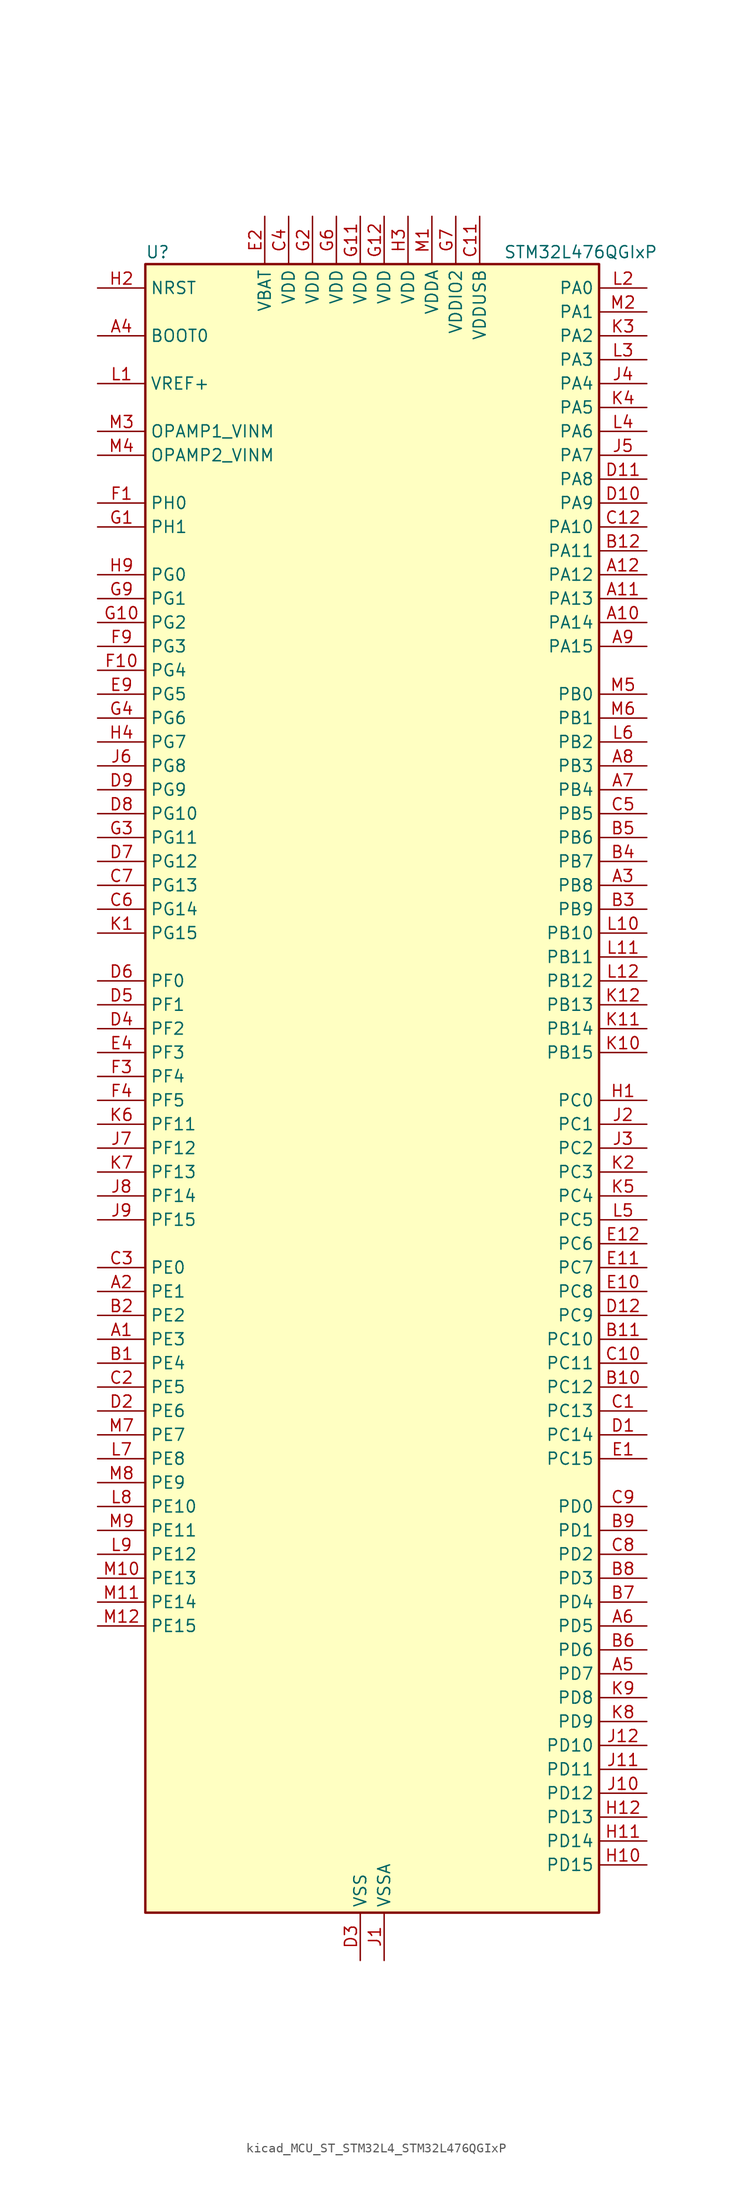
<source format=kicad_sym>
(kicad_symbol_lib
  (version 20220914)
  (generator kicad_symbol_editor)
  (symbol "kicad_MCU_ST_STM32L4_STM32L476QGIxP"
    (property "Reference" "U"
      (at -22.86 90.17 0)
      (effects (font (size 1.27 1.27)) (justify left)))
    (property "Value" "STM32L476QGIxP"
      (at 15.24 90.17 0)
      (effects (font (size 1.27 1.27)) (justify left)))
    (property "ki_locked" ""
      (at 0 0 0)
      (effects (font (size 1.27 1.27))))
    (symbol "kicad_MCU_ST_STM32L4_STM32L476QGIxP_0_1"
      (rectangle (start -22.86 -86.36) (end 25.4 88.9) (stroke (width 0.254) (type default)) (fill (type background))))
    (symbol "kicad_MCU_ST_STM32L4_STM32L476QGIxP_1_1"
      (pin bidirectional line (at -27.94 -25.4 0) (length 5.08) (name "PE3" (effects (font (size 1.27 1.27)))) (number "A1" (effects (font (size 1.27 1.27)))) (alternate "FMC_A19" bidirectional line) (alternate "LCD_SEG39" bidirectional line) (alternate "SAI1_SD_B" bidirectional line) (alternate "SYS_TRACED0" bidirectional line) (alternate "TIM3_CH1" bidirectional line) (alternate "TSC_G7_IO2" bidirectional line))
      (pin bidirectional line (at 30.48 50.8 180) (length 5.08) (name "PA14" (effects (font (size 1.27 1.27)))) (number "A10" (effects (font (size 1.27 1.27)))) (alternate "SYS_JTCK-SWCLK" bidirectional line))
      (pin bidirectional line (at 30.48 53.34 180) (length 5.08) (name "PA13" (effects (font (size 1.27 1.27)))) (number "A11" (effects (font (size 1.27 1.27)))) (alternate "IR_OUT" bidirectional line) (alternate "SYS_JTMS-SWDIO" bidirectional line) (alternate "USB_OTG_FS_NOE" bidirectional line))
      (pin bidirectional line (at 30.48 55.88 180) (length 5.08) (name "PA12" (effects (font (size 1.27 1.27)))) (number "A12" (effects (font (size 1.27 1.27)))) (alternate "CAN1_TX" bidirectional line) (alternate "TIM1_ETR" bidirectional line) (alternate "USART1_DE" bidirectional line) (alternate "USART1_RTS" bidirectional line) (alternate "USB_OTG_FS_DP" bidirectional line))
      (pin bidirectional line (at -27.94 -20.32 0) (length 5.08) (name "PE1" (effects (font (size 1.27 1.27)))) (number "A2" (effects (font (size 1.27 1.27)))) (alternate "FMC_NBL1" bidirectional line) (alternate "LCD_SEG37" bidirectional line) (alternate "TIM17_CH1" bidirectional line))
      (pin bidirectional line (at 30.48 22.86 180) (length 5.08) (name "PB8" (effects (font (size 1.27 1.27)))) (number "A3" (effects (font (size 1.27 1.27)))) (alternate "CAN1_RX" bidirectional line) (alternate "DFSDM1_DATIN6" bidirectional line) (alternate "I2C1_SCL" bidirectional line) (alternate "LCD_SEG16" bidirectional line) (alternate "SAI1_MCLK_A" bidirectional line) (alternate "SDMMC1_D4" bidirectional line) (alternate "TIM16_CH1" bidirectional line) (alternate "TIM4_CH3" bidirectional line))
      (pin input line (at -27.94 81.28 0) (length 5.08) (name "BOOT0" (effects (font (size 1.27 1.27)))) (number "A4" (effects (font (size 1.27 1.27)))))
      (pin bidirectional line (at 30.48 -60.96 180) (length 5.08) (name "PD7" (effects (font (size 1.27 1.27)))) (number "A5" (effects (font (size 1.27 1.27)))) (alternate "DFSDM1_CKIN1" bidirectional line) (alternate "FMC_NE1" bidirectional line) (alternate "USART2_CK" bidirectional line))
      (pin bidirectional line (at 30.48 -55.88 180) (length 5.08) (name "PD5" (effects (font (size 1.27 1.27)))) (number "A6" (effects (font (size 1.27 1.27)))) (alternate "FMC_NWE" bidirectional line) (alternate "USART2_TX" bidirectional line))
      (pin bidirectional line (at 30.48 33.02 180) (length 5.08) (name "PB4" (effects (font (size 1.27 1.27)))) (number "A7" (effects (font (size 1.27 1.27)))) (alternate "COMP2_INP" bidirectional line) (alternate "LCD_SEG8" bidirectional line) (alternate "SAI1_MCLK_B" bidirectional line) (alternate "SPI1_MISO" bidirectional line) (alternate "SPI3_MISO" bidirectional line) (alternate "SYS_JTRST" bidirectional line) (alternate "TIM17_BKIN" bidirectional line) (alternate "TIM3_CH1" bidirectional line) (alternate "TSC_G2_IO1" bidirectional line) (alternate "UART5_DE" bidirectional line) (alternate "UART5_RTS" bidirectional line) (alternate "USART1_CTS" bidirectional line))
      (pin bidirectional line (at 30.48 35.56 180) (length 5.08) (name "PB3" (effects (font (size 1.27 1.27)))) (number "A8" (effects (font (size 1.27 1.27)))) (alternate "COMP2_INM" bidirectional line) (alternate "LCD_SEG7" bidirectional line) (alternate "SAI1_SCK_B" bidirectional line) (alternate "SPI1_SCK" bidirectional line) (alternate "SPI3_SCK" bidirectional line) (alternate "SYS_JTDO-SWO" bidirectional line) (alternate "TIM2_CH2" bidirectional line) (alternate "USART1_DE" bidirectional line) (alternate "USART1_RTS" bidirectional line))
      (pin bidirectional line (at 30.48 48.26 180) (length 5.08) (name "PA15" (effects (font (size 1.27 1.27)))) (number "A9" (effects (font (size 1.27 1.27)))) (alternate "ADC1_EXTI15" bidirectional line) (alternate "ADC2_EXTI15" bidirectional line) (alternate "ADC3_EXTI15" bidirectional line) (alternate "LCD_SEG17" bidirectional line) (alternate "SAI2_FS_B" bidirectional line) (alternate "SPI1_NSS" bidirectional line) (alternate "SPI3_NSS" bidirectional line) (alternate "SYS_JTDI" bidirectional line) (alternate "TIM2_CH1" bidirectional line) (alternate "TIM2_ETR" bidirectional line) (alternate "TSC_G3_IO1" bidirectional line) (alternate "UART4_DE" bidirectional line) (alternate "UART4_RTS" bidirectional line))
      (pin bidirectional line (at -27.94 -27.94 0) (length 5.08) (name "PE4" (effects (font (size 1.27 1.27)))) (number "B1" (effects (font (size 1.27 1.27)))) (alternate "DFSDM1_DATIN3" bidirectional line) (alternate "FMC_A20" bidirectional line) (alternate "SAI1_FS_A" bidirectional line) (alternate "SYS_TRACED1" bidirectional line) (alternate "TIM3_CH2" bidirectional line) (alternate "TSC_G7_IO3" bidirectional line))
      (pin bidirectional line (at 30.48 -30.48 180) (length 5.08) (name "PC12" (effects (font (size 1.27 1.27)))) (number "B10" (effects (font (size 1.27 1.27)))) (alternate "LCD_COM6" bidirectional line) (alternate "LCD_SEG30" bidirectional line) (alternate "LCD_SEG42" bidirectional line) (alternate "SAI2_SD_B" bidirectional line) (alternate "SDMMC1_CK" bidirectional line) (alternate "SPI3_MOSI" bidirectional line) (alternate "TSC_G3_IO4" bidirectional line) (alternate "UART5_TX" bidirectional line) (alternate "USART3_CK" bidirectional line))
      (pin bidirectional line (at 30.48 -25.4 180) (length 5.08) (name "PC10" (effects (font (size 1.27 1.27)))) (number "B11" (effects (font (size 1.27 1.27)))) (alternate "LCD_COM4" bidirectional line) (alternate "LCD_SEG28" bidirectional line) (alternate "LCD_SEG40" bidirectional line) (alternate "SAI2_SCK_B" bidirectional line) (alternate "SDMMC1_D2" bidirectional line) (alternate "SPI3_SCK" bidirectional line) (alternate "TSC_G3_IO2" bidirectional line) (alternate "UART4_TX" bidirectional line) (alternate "USART3_TX" bidirectional line))
      (pin bidirectional line (at 30.48 58.42 180) (length 5.08) (name "PA11" (effects (font (size 1.27 1.27)))) (number "B12" (effects (font (size 1.27 1.27)))) (alternate "ADC1_EXTI11" bidirectional line) (alternate "ADC2_EXTI11" bidirectional line) (alternate "ADC3_EXTI11" bidirectional line) (alternate "CAN1_RX" bidirectional line) (alternate "TIM1_BKIN2" bidirectional line) (alternate "TIM1_BKIN2_COMP1" bidirectional line) (alternate "TIM1_CH4" bidirectional line) (alternate "USART1_CTS" bidirectional line) (alternate "USB_OTG_FS_DM" bidirectional line))
      (pin bidirectional line (at -27.94 -22.86 0) (length 5.08) (name "PE2" (effects (font (size 1.27 1.27)))) (number "B2" (effects (font (size 1.27 1.27)))) (alternate "FMC_A23" bidirectional line) (alternate "LCD_SEG38" bidirectional line) (alternate "SAI1_MCLK_A" bidirectional line) (alternate "SYS_TRACECLK" bidirectional line) (alternate "TIM3_ETR" bidirectional line) (alternate "TSC_G7_IO1" bidirectional line))
      (pin bidirectional line (at 30.48 20.32 180) (length 5.08) (name "PB9" (effects (font (size 1.27 1.27)))) (number "B3" (effects (font (size 1.27 1.27)))) (alternate "CAN1_TX" bidirectional line) (alternate "DAC1_EXTI9" bidirectional line) (alternate "DFSDM1_CKIN6" bidirectional line) (alternate "I2C1_SDA" bidirectional line) (alternate "IR_OUT" bidirectional line) (alternate "LCD_COM3" bidirectional line) (alternate "SAI1_FS_A" bidirectional line) (alternate "SDMMC1_D5" bidirectional line) (alternate "SPI2_NSS" bidirectional line) (alternate "TIM17_CH1" bidirectional line) (alternate "TIM4_CH4" bidirectional line))
      (pin bidirectional line (at 30.48 25.4 180) (length 5.08) (name "PB7" (effects (font (size 1.27 1.27)))) (number "B4" (effects (font (size 1.27 1.27)))) (alternate "COMP2_INM" bidirectional line) (alternate "DFSDM1_CKIN5" bidirectional line) (alternate "FMC_NL" bidirectional line) (alternate "I2C1_SDA" bidirectional line) (alternate "LCD_SEG21" bidirectional line) (alternate "LPTIM1_IN2" bidirectional line) (alternate "SYS_PVD_IN" bidirectional line) (alternate "TIM17_CH1N" bidirectional line) (alternate "TIM4_CH2" bidirectional line) (alternate "TIM8_BKIN" bidirectional line) (alternate "TIM8_BKIN_COMP1" bidirectional line) (alternate "TSC_G2_IO4" bidirectional line) (alternate "UART4_CTS" bidirectional line) (alternate "USART1_RX" bidirectional line))
      (pin bidirectional line (at 30.48 27.94 180) (length 5.08) (name "PB6" (effects (font (size 1.27 1.27)))) (number "B5" (effects (font (size 1.27 1.27)))) (alternate "COMP2_INP" bidirectional line) (alternate "DFSDM1_DATIN5" bidirectional line) (alternate "I2C1_SCL" bidirectional line) (alternate "LPTIM1_ETR" bidirectional line) (alternate "SAI1_FS_B" bidirectional line) (alternate "TIM16_CH1N" bidirectional line) (alternate "TIM4_CH1" bidirectional line) (alternate "TIM8_BKIN2" bidirectional line) (alternate "TIM8_BKIN2_COMP2" bidirectional line) (alternate "TSC_G2_IO3" bidirectional line) (alternate "USART1_TX" bidirectional line))
      (pin bidirectional line (at 30.48 -58.42 180) (length 5.08) (name "PD6" (effects (font (size 1.27 1.27)))) (number "B6" (effects (font (size 1.27 1.27)))) (alternate "DFSDM1_DATIN1" bidirectional line) (alternate "FMC_NWAIT" bidirectional line) (alternate "SAI1_SD_A" bidirectional line) (alternate "USART2_RX" bidirectional line))
      (pin bidirectional line (at 30.48 -53.34 180) (length 5.08) (name "PD4" (effects (font (size 1.27 1.27)))) (number "B7" (effects (font (size 1.27 1.27)))) (alternate "DFSDM1_CKIN0" bidirectional line) (alternate "FMC_NOE" bidirectional line) (alternate "SPI2_MOSI" bidirectional line) (alternate "USART2_DE" bidirectional line) (alternate "USART2_RTS" bidirectional line))
      (pin bidirectional line (at 30.48 -50.8 180) (length 5.08) (name "PD3" (effects (font (size 1.27 1.27)))) (number "B8" (effects (font (size 1.27 1.27)))) (alternate "DFSDM1_DATIN0" bidirectional line) (alternate "FMC_CLK" bidirectional line) (alternate "SPI2_MISO" bidirectional line) (alternate "USART2_CTS" bidirectional line))
      (pin bidirectional line (at 30.48 -45.72 180) (length 5.08) (name "PD1" (effects (font (size 1.27 1.27)))) (number "B9" (effects (font (size 1.27 1.27)))) (alternate "CAN1_TX" bidirectional line) (alternate "DFSDM1_CKIN7" bidirectional line) (alternate "FMC_D3" bidirectional line) (alternate "FMC_DA3" bidirectional line) (alternate "SPI2_SCK" bidirectional line))
      (pin bidirectional line (at 30.48 -33.02 180) (length 5.08) (name "PC13" (effects (font (size 1.27 1.27)))) (number "C1" (effects (font (size 1.27 1.27)))) (alternate "RTC_OUT_ALARM" bidirectional line) (alternate "RTC_OUT_CALIB" bidirectional line) (alternate "RTC_TAMP1" bidirectional line) (alternate "RTC_TS" bidirectional line) (alternate "SYS_WKUP2" bidirectional line))
      (pin bidirectional line (at 30.48 -27.94 180) (length 5.08) (name "PC11" (effects (font (size 1.27 1.27)))) (number "C10" (effects (font (size 1.27 1.27)))) (alternate "ADC1_EXTI11" bidirectional line) (alternate "ADC2_EXTI11" bidirectional line) (alternate "ADC3_EXTI11" bidirectional line) (alternate "LCD_COM5" bidirectional line) (alternate "LCD_SEG29" bidirectional line) (alternate "LCD_SEG41" bidirectional line) (alternate "SAI2_MCLK_B" bidirectional line) (alternate "SDMMC1_D3" bidirectional line) (alternate "SPI3_MISO" bidirectional line) (alternate "TSC_G3_IO3" bidirectional line) (alternate "UART4_RX" bidirectional line) (alternate "USART3_RX" bidirectional line))
      (pin power_in line (at 12.7 93.98 270) (length 5.08) (name "VDDUSB" (effects (font (size 1.27 1.27)))) (number "C11" (effects (font (size 1.27 1.27)))))
      (pin bidirectional line (at 30.48 60.96 180) (length 5.08) (name "PA10" (effects (font (size 1.27 1.27)))) (number "C12" (effects (font (size 1.27 1.27)))) (alternate "LCD_COM2" bidirectional line) (alternate "TIM17_BKIN" bidirectional line) (alternate "TIM1_CH3" bidirectional line) (alternate "USART1_RX" bidirectional line) (alternate "USB_OTG_FS_ID" bidirectional line))
      (pin bidirectional line (at -27.94 -30.48 0) (length 5.08) (name "PE5" (effects (font (size 1.27 1.27)))) (number "C2" (effects (font (size 1.27 1.27)))) (alternate "DFSDM1_CKIN3" bidirectional line) (alternate "FMC_A21" bidirectional line) (alternate "SAI1_SCK_A" bidirectional line) (alternate "SYS_TRACED2" bidirectional line) (alternate "TIM3_CH3" bidirectional line) (alternate "TSC_G7_IO4" bidirectional line))
      (pin bidirectional line (at -27.94 -17.78 0) (length 5.08) (name "PE0" (effects (font (size 1.27 1.27)))) (number "C3" (effects (font (size 1.27 1.27)))) (alternate "FMC_NBL0" bidirectional line) (alternate "LCD_SEG36" bidirectional line) (alternate "TIM16_CH1" bidirectional line) (alternate "TIM4_ETR" bidirectional line))
      (pin power_in line (at -7.62 93.98 270) (length 5.08) (name "VDD" (effects (font (size 1.27 1.27)))) (number "C4" (effects (font (size 1.27 1.27)))))
      (pin bidirectional line (at 30.48 30.48 180) (length 5.08) (name "PB5" (effects (font (size 1.27 1.27)))) (number "C5" (effects (font (size 1.27 1.27)))) (alternate "COMP2_OUT" bidirectional line) (alternate "I2C1_SMBA" bidirectional line) (alternate "LCD_SEG9" bidirectional line) (alternate "LPTIM1_IN1" bidirectional line) (alternate "SAI1_SD_B" bidirectional line) (alternate "SPI1_MOSI" bidirectional line) (alternate "SPI3_MOSI" bidirectional line) (alternate "TIM16_BKIN" bidirectional line) (alternate "TIM3_CH2" bidirectional line) (alternate "TSC_G2_IO2" bidirectional line) (alternate "UART5_CTS" bidirectional line) (alternate "USART1_CK" bidirectional line))
      (pin bidirectional line (at -27.94 20.32 0) (length 5.08) (name "PG14" (effects (font (size 1.27 1.27)))) (number "C6" (effects (font (size 1.27 1.27)))) (alternate "FMC_A25" bidirectional line) (alternate "I2C1_SCL" bidirectional line))
      (pin bidirectional line (at -27.94 22.86 0) (length 5.08) (name "PG13" (effects (font (size 1.27 1.27)))) (number "C7" (effects (font (size 1.27 1.27)))) (alternate "FMC_A24" bidirectional line) (alternate "I2C1_SDA" bidirectional line) (alternate "USART1_CK" bidirectional line))
      (pin bidirectional line (at 30.48 -48.26 180) (length 5.08) (name "PD2" (effects (font (size 1.27 1.27)))) (number "C8" (effects (font (size 1.27 1.27)))) (alternate "LCD_COM7" bidirectional line) (alternate "LCD_SEG31" bidirectional line) (alternate "LCD_SEG43" bidirectional line) (alternate "SDMMC1_CMD" bidirectional line) (alternate "TIM3_ETR" bidirectional line) (alternate "TSC_SYNC" bidirectional line) (alternate "UART5_RX" bidirectional line) (alternate "USART3_DE" bidirectional line) (alternate "USART3_RTS" bidirectional line))
      (pin bidirectional line (at 30.48 -43.18 180) (length 5.08) (name "PD0" (effects (font (size 1.27 1.27)))) (number "C9" (effects (font (size 1.27 1.27)))) (alternate "CAN1_RX" bidirectional line) (alternate "DFSDM1_DATIN7" bidirectional line) (alternate "FMC_D2" bidirectional line) (alternate "FMC_DA2" bidirectional line) (alternate "SPI2_NSS" bidirectional line))
      (pin bidirectional line (at 30.48 -35.56 180) (length 5.08) (name "PC14" (effects (font (size 1.27 1.27)))) (number "D1" (effects (font (size 1.27 1.27)))) (alternate "RCC_OSC32_IN" bidirectional line))
      (pin bidirectional line (at 30.48 63.5 180) (length 5.08) (name "PA9" (effects (font (size 1.27 1.27)))) (number "D10" (effects (font (size 1.27 1.27)))) (alternate "DAC1_EXTI9" bidirectional line) (alternate "LCD_COM1" bidirectional line) (alternate "TIM15_BKIN" bidirectional line) (alternate "TIM1_CH2" bidirectional line) (alternate "USART1_TX" bidirectional line) (alternate "USB_OTG_FS_VBUS" bidirectional line))
      (pin bidirectional line (at 30.48 66.04 180) (length 5.08) (name "PA8" (effects (font (size 1.27 1.27)))) (number "D11" (effects (font (size 1.27 1.27)))) (alternate "LCD_COM0" bidirectional line) (alternate "LPTIM2_OUT" bidirectional line) (alternate "RCC_MCO" bidirectional line) (alternate "TIM1_CH1" bidirectional line) (alternate "USART1_CK" bidirectional line) (alternate "USB_OTG_FS_SOF" bidirectional line))
      (pin bidirectional line (at 30.48 -22.86 180) (length 5.08) (name "PC9" (effects (font (size 1.27 1.27)))) (number "D12" (effects (font (size 1.27 1.27)))) (alternate "DAC1_EXTI9" bidirectional line) (alternate "LCD_SEG27" bidirectional line) (alternate "SAI2_EXTCLK" bidirectional line) (alternate "SDMMC1_D1" bidirectional line) (alternate "TIM3_CH4" bidirectional line) (alternate "TIM8_BKIN2" bidirectional line) (alternate "TIM8_BKIN2_COMP1" bidirectional line) (alternate "TIM8_CH4" bidirectional line) (alternate "TSC_G4_IO4" bidirectional line) (alternate "USB_OTG_FS_NOE" bidirectional line))
      (pin bidirectional line (at -27.94 -33.02 0) (length 5.08) (name "PE6" (effects (font (size 1.27 1.27)))) (number "D2" (effects (font (size 1.27 1.27)))) (alternate "FMC_A22" bidirectional line) (alternate "RTC_TAMP3" bidirectional line) (alternate "SAI1_SD_A" bidirectional line) (alternate "SYS_TRACED3" bidirectional line) (alternate "SYS_WKUP3" bidirectional line) (alternate "TIM3_CH4" bidirectional line))
      (pin power_in line (at 0 -91.44 90) (length 5.08) (name "VSS" (effects (font (size 1.27 1.27)))) (number "D3" (effects (font (size 1.27 1.27)))))
      (pin bidirectional line (at -27.94 7.62 0) (length 5.08) (name "PF2" (effects (font (size 1.27 1.27)))) (number "D4" (effects (font (size 1.27 1.27)))) (alternate "FMC_A2" bidirectional line) (alternate "I2C2_SMBA" bidirectional line))
      (pin bidirectional line (at -27.94 10.16 0) (length 5.08) (name "PF1" (effects (font (size 1.27 1.27)))) (number "D5" (effects (font (size 1.27 1.27)))) (alternate "FMC_A1" bidirectional line) (alternate "I2C2_SCL" bidirectional line))
      (pin bidirectional line (at -27.94 12.7 0) (length 5.08) (name "PF0" (effects (font (size 1.27 1.27)))) (number "D6" (effects (font (size 1.27 1.27)))) (alternate "FMC_A0" bidirectional line) (alternate "I2C2_SDA" bidirectional line))
      (pin bidirectional line (at -27.94 25.4 0) (length 5.08) (name "PG12" (effects (font (size 1.27 1.27)))) (number "D7" (effects (font (size 1.27 1.27)))) (alternate "FMC_NE4" bidirectional line) (alternate "LPTIM1_ETR" bidirectional line) (alternate "SAI2_SD_A" bidirectional line) (alternate "SPI3_NSS" bidirectional line) (alternate "USART1_DE" bidirectional line) (alternate "USART1_RTS" bidirectional line))
      (pin bidirectional line (at -27.94 30.48 0) (length 5.08) (name "PG10" (effects (font (size 1.27 1.27)))) (number "D8" (effects (font (size 1.27 1.27)))) (alternate "FMC_NE3" bidirectional line) (alternate "LPTIM1_IN1" bidirectional line) (alternate "SAI2_FS_A" bidirectional line) (alternate "SPI3_MISO" bidirectional line) (alternate "TIM15_CH1" bidirectional line) (alternate "USART1_RX" bidirectional line))
      (pin bidirectional line (at -27.94 33.02 0) (length 5.08) (name "PG9" (effects (font (size 1.27 1.27)))) (number "D9" (effects (font (size 1.27 1.27)))) (alternate "DAC1_EXTI9" bidirectional line) (alternate "FMC_NCE3" bidirectional line) (alternate "FMC_NE2" bidirectional line) (alternate "SAI2_SCK_A" bidirectional line) (alternate "SPI3_SCK" bidirectional line) (alternate "TIM15_CH1N" bidirectional line) (alternate "USART1_TX" bidirectional line))
      (pin bidirectional line (at 30.48 -38.1 180) (length 5.08) (name "PC15" (effects (font (size 1.27 1.27)))) (number "E1" (effects (font (size 1.27 1.27)))) (alternate "ADC1_EXTI15" bidirectional line) (alternate "ADC2_EXTI15" bidirectional line) (alternate "ADC3_EXTI15" bidirectional line) (alternate "RCC_OSC32_OUT" bidirectional line))
      (pin bidirectional line (at 30.48 -20.32 180) (length 5.08) (name "PC8" (effects (font (size 1.27 1.27)))) (number "E10" (effects (font (size 1.27 1.27)))) (alternate "LCD_SEG26" bidirectional line) (alternate "SDMMC1_D0" bidirectional line) (alternate "TIM3_CH3" bidirectional line) (alternate "TIM8_CH3" bidirectional line) (alternate "TSC_G4_IO3" bidirectional line))
      (pin bidirectional line (at 30.48 -17.78 180) (length 5.08) (name "PC7" (effects (font (size 1.27 1.27)))) (number "E11" (effects (font (size 1.27 1.27)))) (alternate "DFSDM1_DATIN3" bidirectional line) (alternate "LCD_SEG25" bidirectional line) (alternate "SAI2_MCLK_B" bidirectional line) (alternate "SDMMC1_D7" bidirectional line) (alternate "TIM3_CH2" bidirectional line) (alternate "TIM8_CH2" bidirectional line) (alternate "TSC_G4_IO2" bidirectional line))
      (pin bidirectional line (at 30.48 -15.24 180) (length 5.08) (name "PC6" (effects (font (size 1.27 1.27)))) (number "E12" (effects (font (size 1.27 1.27)))) (alternate "DFSDM1_CKIN3" bidirectional line) (alternate "LCD_SEG24" bidirectional line) (alternate "SAI2_MCLK_A" bidirectional line) (alternate "SDMMC1_D6" bidirectional line) (alternate "TIM3_CH1" bidirectional line) (alternate "TIM8_CH1" bidirectional line) (alternate "TSC_G4_IO1" bidirectional line))
      (pin power_in line (at -10.16 93.98 270) (length 5.08) (name "VBAT" (effects (font (size 1.27 1.27)))) (number "E2" (effects (font (size 1.27 1.27)))))
      (pin passive line (at 0 -91.44 90) (length 5.08) hide (name "VSS" (effects (font (size 1.27 1.27)))) (number "E3" (effects (font (size 1.27 1.27)))))
      (pin bidirectional line (at -27.94 5.08 0) (length 5.08) (name "PF3" (effects (font (size 1.27 1.27)))) (number "E4" (effects (font (size 1.27 1.27)))) (alternate "ADC3_IN6" bidirectional line) (alternate "FMC_A3" bidirectional line))
      (pin bidirectional line (at -27.94 43.18 0) (length 5.08) (name "PG5" (effects (font (size 1.27 1.27)))) (number "E9" (effects (font (size 1.27 1.27)))) (alternate "FMC_A15" bidirectional line) (alternate "LPUART1_CTS" bidirectional line) (alternate "SAI2_SD_B" bidirectional line) (alternate "SPI1_NSS" bidirectional line))
      (pin bidirectional line (at -27.94 63.5 0) (length 5.08) (name "PH0" (effects (font (size 1.27 1.27)))) (number "F1" (effects (font (size 1.27 1.27)))) (alternate "RCC_OSC_IN" bidirectional line))
      (pin bidirectional line (at -27.94 45.72 0) (length 5.08) (name "PG4" (effects (font (size 1.27 1.27)))) (number "F10" (effects (font (size 1.27 1.27)))) (alternate "FMC_A14" bidirectional line) (alternate "SAI2_MCLK_B" bidirectional line) (alternate "SPI1_MOSI" bidirectional line))
      (pin passive line (at 0 -91.44 90) (length 5.08) hide (name "VSS" (effects (font (size 1.27 1.27)))) (number "F11" (effects (font (size 1.27 1.27)))))
      (pin passive line (at 0 -91.44 90) (length 5.08) hide (name "VSS" (effects (font (size 1.27 1.27)))) (number "F12" (effects (font (size 1.27 1.27)))))
      (pin passive line (at 0 -91.44 90) (length 5.08) hide (name "VSS" (effects (font (size 1.27 1.27)))) (number "F2" (effects (font (size 1.27 1.27)))))
      (pin bidirectional line (at -27.94 2.54 0) (length 5.08) (name "PF4" (effects (font (size 1.27 1.27)))) (number "F3" (effects (font (size 1.27 1.27)))) (alternate "ADC3_IN7" bidirectional line) (alternate "FMC_A4" bidirectional line))
      (pin bidirectional line (at -27.94 0 0) (length 5.08) (name "PF5" (effects (font (size 1.27 1.27)))) (number "F4" (effects (font (size 1.27 1.27)))) (alternate "ADC3_IN8" bidirectional line) (alternate "FMC_A5" bidirectional line))
      (pin passive line (at 0 -91.44 90) (length 5.08) hide (name "VSS" (effects (font (size 1.27 1.27)))) (number "F6" (effects (font (size 1.27 1.27)))))
      (pin passive line (at 0 -91.44 90) (length 5.08) hide (name "VSS" (effects (font (size 1.27 1.27)))) (number "F7" (effects (font (size 1.27 1.27)))))
      (pin bidirectional line (at -27.94 48.26 0) (length 5.08) (name "PG3" (effects (font (size 1.27 1.27)))) (number "F9" (effects (font (size 1.27 1.27)))) (alternate "FMC_A13" bidirectional line) (alternate "SAI2_FS_B" bidirectional line) (alternate "SPI1_MISO" bidirectional line))
      (pin bidirectional line (at -27.94 60.96 0) (length 5.08) (name "PH1" (effects (font (size 1.27 1.27)))) (number "G1" (effects (font (size 1.27 1.27)))) (alternate "RCC_OSC_OUT" bidirectional line))
      (pin bidirectional line (at -27.94 50.8 0) (length 5.08) (name "PG2" (effects (font (size 1.27 1.27)))) (number "G10" (effects (font (size 1.27 1.27)))) (alternate "FMC_A12" bidirectional line) (alternate "SAI2_SCK_B" bidirectional line) (alternate "SPI1_SCK" bidirectional line))
      (pin power_in line (at 0 93.98 270) (length 5.08) (name "VDD" (effects (font (size 1.27 1.27)))) (number "G11" (effects (font (size 1.27 1.27)))))
      (pin power_in line (at 2.54 93.98 270) (length 5.08) (name "VDD" (effects (font (size 1.27 1.27)))) (number "G12" (effects (font (size 1.27 1.27)))))
      (pin power_in line (at -5.08 93.98 270) (length 5.08) (name "VDD" (effects (font (size 1.27 1.27)))) (number "G2" (effects (font (size 1.27 1.27)))))
      (pin bidirectional line (at -27.94 27.94 0) (length 5.08) (name "PG11" (effects (font (size 1.27 1.27)))) (number "G3" (effects (font (size 1.27 1.27)))) (alternate "ADC1_EXTI11" bidirectional line) (alternate "ADC2_EXTI11" bidirectional line) (alternate "ADC3_EXTI11" bidirectional line) (alternate "LPTIM1_IN2" bidirectional line) (alternate "SAI2_MCLK_A" bidirectional line) (alternate "SPI3_MOSI" bidirectional line) (alternate "TIM15_CH2" bidirectional line) (alternate "USART1_CTS" bidirectional line))
      (pin bidirectional line (at -27.94 40.64 0) (length 5.08) (name "PG6" (effects (font (size 1.27 1.27)))) (number "G4" (effects (font (size 1.27 1.27)))) (alternate "I2C3_SMBA" bidirectional line) (alternate "LPUART1_DE" bidirectional line) (alternate "LPUART1_RTS" bidirectional line))
      (pin power_in line (at -2.54 93.98 270) (length 5.08) (name "VDD" (effects (font (size 1.27 1.27)))) (number "G6" (effects (font (size 1.27 1.27)))))
      (pin power_in line (at 10.16 93.98 270) (length 5.08) (name "VDDIO2" (effects (font (size 1.27 1.27)))) (number "G7" (effects (font (size 1.27 1.27)))))
      (pin bidirectional line (at -27.94 53.34 0) (length 5.08) (name "PG1" (effects (font (size 1.27 1.27)))) (number "G9" (effects (font (size 1.27 1.27)))) (alternate "FMC_A11" bidirectional line) (alternate "TSC_G8_IO4" bidirectional line))
      (pin bidirectional line (at 30.48 0 180) (length 5.08) (name "PC0" (effects (font (size 1.27 1.27)))) (number "H1" (effects (font (size 1.27 1.27)))) (alternate "ADC1_IN1" bidirectional line) (alternate "ADC2_IN1" bidirectional line) (alternate "ADC3_IN1" bidirectional line) (alternate "DFSDM1_DATIN4" bidirectional line) (alternate "I2C3_SCL" bidirectional line) (alternate "LCD_SEG18" bidirectional line) (alternate "LPTIM1_IN1" bidirectional line) (alternate "LPTIM2_IN1" bidirectional line) (alternate "LPUART1_RX" bidirectional line))
      (pin bidirectional line (at 30.48 -81.28 180) (length 5.08) (name "PD15" (effects (font (size 1.27 1.27)))) (number "H10" (effects (font (size 1.27 1.27)))) (alternate "ADC1_EXTI15" bidirectional line) (alternate "ADC2_EXTI15" bidirectional line) (alternate "ADC3_EXTI15" bidirectional line) (alternate "FMC_D1" bidirectional line) (alternate "FMC_DA1" bidirectional line) (alternate "LCD_SEG35" bidirectional line) (alternate "TIM4_CH4" bidirectional line))
      (pin bidirectional line (at 30.48 -78.74 180) (length 5.08) (name "PD14" (effects (font (size 1.27 1.27)))) (number "H11" (effects (font (size 1.27 1.27)))) (alternate "FMC_D0" bidirectional line) (alternate "FMC_DA0" bidirectional line) (alternate "LCD_SEG34" bidirectional line) (alternate "TIM4_CH3" bidirectional line))
      (pin bidirectional line (at 30.48 -76.2 180) (length 5.08) (name "PD13" (effects (font (size 1.27 1.27)))) (number "H12" (effects (font (size 1.27 1.27)))) (alternate "FMC_A18" bidirectional line) (alternate "LCD_SEG33" bidirectional line) (alternate "LPTIM2_OUT" bidirectional line) (alternate "TIM4_CH2" bidirectional line) (alternate "TSC_G6_IO4" bidirectional line))
      (pin input line (at -27.94 86.36 0) (length 5.08) (name "NRST" (effects (font (size 1.27 1.27)))) (number "H2" (effects (font (size 1.27 1.27)))))
      (pin power_in line (at 5.08 93.98 270) (length 5.08) (name "VDD" (effects (font (size 1.27 1.27)))) (number "H3" (effects (font (size 1.27 1.27)))))
      (pin bidirectional line (at -27.94 38.1 0) (length 5.08) (name "PG7" (effects (font (size 1.27 1.27)))) (number "H4" (effects (font (size 1.27 1.27)))) (alternate "FMC_INT3" bidirectional line) (alternate "I2C3_SCL" bidirectional line) (alternate "LPUART1_TX" bidirectional line))
      (pin bidirectional line (at -27.94 55.88 0) (length 5.08) (name "PG0" (effects (font (size 1.27 1.27)))) (number "H9" (effects (font (size 1.27 1.27)))) (alternate "FMC_A10" bidirectional line) (alternate "TSC_G8_IO3" bidirectional line))
      (pin power_in line (at 2.54 -91.44 90) (length 5.08) (name "VSSA" (effects (font (size 1.27 1.27)))) (number "J1" (effects (font (size 1.27 1.27)))))
      (pin bidirectional line (at 30.48 -73.66 180) (length 5.08) (name "PD12" (effects (font (size 1.27 1.27)))) (number "J10" (effects (font (size 1.27 1.27)))) (alternate "FMC_A17" bidirectional line) (alternate "FMC_ALE" bidirectional line) (alternate "LCD_SEG32" bidirectional line) (alternate "LPTIM2_IN1" bidirectional line) (alternate "SAI2_FS_A" bidirectional line) (alternate "TIM4_CH1" bidirectional line) (alternate "TSC_G6_IO3" bidirectional line) (alternate "USART3_DE" bidirectional line) (alternate "USART3_RTS" bidirectional line))
      (pin bidirectional line (at 30.48 -71.12 180) (length 5.08) (name "PD11" (effects (font (size 1.27 1.27)))) (number "J11" (effects (font (size 1.27 1.27)))) (alternate "ADC1_EXTI11" bidirectional line) (alternate "ADC2_EXTI11" bidirectional line) (alternate "ADC3_EXTI11" bidirectional line) (alternate "FMC_A16" bidirectional line) (alternate "FMC_CLE" bidirectional line) (alternate "LCD_SEG31" bidirectional line) (alternate "LPTIM2_ETR" bidirectional line) (alternate "SAI2_SD_A" bidirectional line) (alternate "TSC_G6_IO2" bidirectional line) (alternate "USART3_CTS" bidirectional line))
      (pin bidirectional line (at 30.48 -68.58 180) (length 5.08) (name "PD10" (effects (font (size 1.27 1.27)))) (number "J12" (effects (font (size 1.27 1.27)))) (alternate "FMC_D15" bidirectional line) (alternate "FMC_DA15" bidirectional line) (alternate "LCD_SEG30" bidirectional line) (alternate "SAI2_SCK_A" bidirectional line) (alternate "TSC_G6_IO1" bidirectional line) (alternate "USART3_CK" bidirectional line))
      (pin bidirectional line (at 30.48 -2.54 180) (length 5.08) (name "PC1" (effects (font (size 1.27 1.27)))) (number "J2" (effects (font (size 1.27 1.27)))) (alternate "ADC1_IN2" bidirectional line) (alternate "ADC2_IN2" bidirectional line) (alternate "ADC3_IN2" bidirectional line) (alternate "DFSDM1_CKIN4" bidirectional line) (alternate "I2C3_SDA" bidirectional line) (alternate "LCD_SEG19" bidirectional line) (alternate "LPTIM1_OUT" bidirectional line) (alternate "LPUART1_TX" bidirectional line))
      (pin bidirectional line (at 30.48 -5.08 180) (length 5.08) (name "PC2" (effects (font (size 1.27 1.27)))) (number "J3" (effects (font (size 1.27 1.27)))) (alternate "ADC1_IN3" bidirectional line) (alternate "ADC2_IN3" bidirectional line) (alternate "ADC3_IN3" bidirectional line) (alternate "DFSDM1_CKOUT" bidirectional line) (alternate "LCD_SEG20" bidirectional line) (alternate "LPTIM1_IN2" bidirectional line) (alternate "SPI2_MISO" bidirectional line))
      (pin bidirectional line (at 30.48 76.2 180) (length 5.08) (name "PA4" (effects (font (size 1.27 1.27)))) (number "J4" (effects (font (size 1.27 1.27)))) (alternate "ADC1_IN9" bidirectional line) (alternate "ADC2_IN9" bidirectional line) (alternate "DAC1_OUT1" bidirectional line) (alternate "LPTIM2_OUT" bidirectional line) (alternate "SAI1_FS_B" bidirectional line) (alternate "SPI1_NSS" bidirectional line) (alternate "SPI3_NSS" bidirectional line) (alternate "USART2_CK" bidirectional line))
      (pin bidirectional line (at 30.48 68.58 180) (length 5.08) (name "PA7" (effects (font (size 1.27 1.27)))) (number "J5" (effects (font (size 1.27 1.27)))) (alternate "ADC1_IN12" bidirectional line) (alternate "ADC2_IN12" bidirectional line) (alternate "LCD_SEG4" bidirectional line) (alternate "OPAMP2_VINM" bidirectional line) (alternate "QUADSPI_BK1_IO2" bidirectional line) (alternate "SPI1_MOSI" bidirectional line) (alternate "TIM17_CH1" bidirectional line) (alternate "TIM1_CH1N" bidirectional line) (alternate "TIM3_CH2" bidirectional line) (alternate "TIM8_CH1N" bidirectional line))
      (pin bidirectional line (at -27.94 35.56 0) (length 5.08) (name "PG8" (effects (font (size 1.27 1.27)))) (number "J6" (effects (font (size 1.27 1.27)))) (alternate "I2C3_SDA" bidirectional line) (alternate "LPUART1_RX" bidirectional line))
      (pin bidirectional line (at -27.94 -5.08 0) (length 5.08) (name "PF12" (effects (font (size 1.27 1.27)))) (number "J7" (effects (font (size 1.27 1.27)))) (alternate "FMC_A6" bidirectional line))
      (pin bidirectional line (at -27.94 -10.16 0) (length 5.08) (name "PF14" (effects (font (size 1.27 1.27)))) (number "J8" (effects (font (size 1.27 1.27)))) (alternate "DFSDM1_CKIN6" bidirectional line) (alternate "FMC_A8" bidirectional line) (alternate "TSC_G8_IO1" bidirectional line))
      (pin bidirectional line (at -27.94 -12.7 0) (length 5.08) (name "PF15" (effects (font (size 1.27 1.27)))) (number "J9" (effects (font (size 1.27 1.27)))) (alternate "ADC1_EXTI15" bidirectional line) (alternate "ADC2_EXTI15" bidirectional line) (alternate "ADC3_EXTI15" bidirectional line) (alternate "FMC_A9" bidirectional line) (alternate "TSC_G8_IO2" bidirectional line))
      (pin bidirectional line (at -27.94 17.78 0) (length 5.08) (name "PG15" (effects (font (size 1.27 1.27)))) (number "K1" (effects (font (size 1.27 1.27)))) (alternate "ADC1_EXTI15" bidirectional line) (alternate "ADC2_EXTI15" bidirectional line) (alternate "ADC3_EXTI15" bidirectional line) (alternate "I2C1_SMBA" bidirectional line) (alternate "LPTIM1_OUT" bidirectional line))
      (pin bidirectional line (at 30.48 5.08 180) (length 5.08) (name "PB15" (effects (font (size 1.27 1.27)))) (number "K10" (effects (font (size 1.27 1.27)))) (alternate "ADC1_EXTI15" bidirectional line) (alternate "ADC2_EXTI15" bidirectional line) (alternate "ADC3_EXTI15" bidirectional line) (alternate "DFSDM1_CKIN2" bidirectional line) (alternate "LCD_SEG15" bidirectional line) (alternate "RTC_REFIN" bidirectional line) (alternate "SAI2_SD_A" bidirectional line) (alternate "SPI2_MOSI" bidirectional line) (alternate "SWPMI1_SUSPEND" bidirectional line) (alternate "TIM15_CH2" bidirectional line) (alternate "TIM1_CH3N" bidirectional line) (alternate "TIM8_CH3N" bidirectional line) (alternate "TSC_G1_IO4" bidirectional line))
      (pin bidirectional line (at 30.48 7.62 180) (length 5.08) (name "PB14" (effects (font (size 1.27 1.27)))) (number "K11" (effects (font (size 1.27 1.27)))) (alternate "DFSDM1_DATIN2" bidirectional line) (alternate "I2C2_SDA" bidirectional line) (alternate "LCD_SEG14" bidirectional line) (alternate "SAI2_MCLK_A" bidirectional line) (alternate "SPI2_MISO" bidirectional line) (alternate "SWPMI1_RX" bidirectional line) (alternate "TIM15_CH1" bidirectional line) (alternate "TIM1_CH2N" bidirectional line) (alternate "TIM8_CH2N" bidirectional line) (alternate "TSC_G1_IO3" bidirectional line) (alternate "USART3_DE" bidirectional line) (alternate "USART3_RTS" bidirectional line))
      (pin bidirectional line (at 30.48 10.16 180) (length 5.08) (name "PB13" (effects (font (size 1.27 1.27)))) (number "K12" (effects (font (size 1.27 1.27)))) (alternate "DFSDM1_CKIN1" bidirectional line) (alternate "I2C2_SCL" bidirectional line) (alternate "LCD_SEG13" bidirectional line) (alternate "LPUART1_CTS" bidirectional line) (alternate "SAI2_SCK_A" bidirectional line) (alternate "SPI2_SCK" bidirectional line) (alternate "SWPMI1_TX" bidirectional line) (alternate "TIM15_CH1N" bidirectional line) (alternate "TIM1_CH1N" bidirectional line) (alternate "TSC_G1_IO2" bidirectional line) (alternate "USART3_CTS" bidirectional line))
      (pin bidirectional line (at 30.48 -7.62 180) (length 5.08) (name "PC3" (effects (font (size 1.27 1.27)))) (number "K2" (effects (font (size 1.27 1.27)))) (alternate "ADC1_IN4" bidirectional line) (alternate "ADC2_IN4" bidirectional line) (alternate "ADC3_IN4" bidirectional line) (alternate "LCD_VLCD" bidirectional line) (alternate "LPTIM1_ETR" bidirectional line) (alternate "LPTIM2_ETR" bidirectional line) (alternate "SAI1_SD_A" bidirectional line) (alternate "SPI2_MOSI" bidirectional line))
      (pin bidirectional line (at 30.48 81.28 180) (length 5.08) (name "PA2" (effects (font (size 1.27 1.27)))) (number "K3" (effects (font (size 1.27 1.27)))) (alternate "ADC1_IN7" bidirectional line) (alternate "ADC2_IN7" bidirectional line) (alternate "LCD_SEG1" bidirectional line) (alternate "RCC_LSCO" bidirectional line) (alternate "SAI2_EXTCLK" bidirectional line) (alternate "SYS_WKUP4" bidirectional line) (alternate "TIM15_CH1" bidirectional line) (alternate "TIM2_CH3" bidirectional line) (alternate "TIM5_CH3" bidirectional line) (alternate "USART2_TX" bidirectional line))
      (pin bidirectional line (at 30.48 73.66 180) (length 5.08) (name "PA5" (effects (font (size 1.27 1.27)))) (number "K4" (effects (font (size 1.27 1.27)))) (alternate "ADC1_IN10" bidirectional line) (alternate "ADC2_IN10" bidirectional line) (alternate "DAC1_OUT2" bidirectional line) (alternate "LPTIM2_ETR" bidirectional line) (alternate "SPI1_SCK" bidirectional line) (alternate "TIM2_CH1" bidirectional line) (alternate "TIM2_ETR" bidirectional line) (alternate "TIM8_CH1N" bidirectional line))
      (pin bidirectional line (at 30.48 -10.16 180) (length 5.08) (name "PC4" (effects (font (size 1.27 1.27)))) (number "K5" (effects (font (size 1.27 1.27)))) (alternate "ADC1_IN13" bidirectional line) (alternate "ADC2_IN13" bidirectional line) (alternate "COMP1_INM" bidirectional line) (alternate "LCD_SEG22" bidirectional line) (alternate "USART3_TX" bidirectional line))
      (pin bidirectional line (at -27.94 -2.54 0) (length 5.08) (name "PF11" (effects (font (size 1.27 1.27)))) (number "K6" (effects (font (size 1.27 1.27)))) (alternate "ADC1_EXTI11" bidirectional line) (alternate "ADC2_EXTI11" bidirectional line) (alternate "ADC3_EXTI11" bidirectional line))
      (pin bidirectional line (at -27.94 -7.62 0) (length 5.08) (name "PF13" (effects (font (size 1.27 1.27)))) (number "K7" (effects (font (size 1.27 1.27)))) (alternate "DFSDM1_DATIN6" bidirectional line) (alternate "FMC_A7" bidirectional line))
      (pin bidirectional line (at 30.48 -66.04 180) (length 5.08) (name "PD9" (effects (font (size 1.27 1.27)))) (number "K8" (effects (font (size 1.27 1.27)))) (alternate "DAC1_EXTI9" bidirectional line) (alternate "FMC_D14" bidirectional line) (alternate "FMC_DA14" bidirectional line) (alternate "LCD_SEG29" bidirectional line) (alternate "SAI2_MCLK_A" bidirectional line) (alternate "USART3_RX" bidirectional line))
      (pin bidirectional line (at 30.48 -63.5 180) (length 5.08) (name "PD8" (effects (font (size 1.27 1.27)))) (number "K9" (effects (font (size 1.27 1.27)))) (alternate "FMC_D13" bidirectional line) (alternate "FMC_DA13" bidirectional line) (alternate "LCD_SEG28" bidirectional line) (alternate "USART3_TX" bidirectional line))
      (pin input line (at -27.94 76.2 0) (length 5.08) (name "VREF+" (effects (font (size 1.27 1.27)))) (number "L1" (effects (font (size 1.27 1.27)))) (alternate "VREFBUF_OUT" bidirectional line))
      (pin bidirectional line (at 30.48 17.78 180) (length 5.08) (name "PB10" (effects (font (size 1.27 1.27)))) (number "L10" (effects (font (size 1.27 1.27)))) (alternate "COMP1_OUT" bidirectional line) (alternate "DFSDM1_DATIN7" bidirectional line) (alternate "I2C2_SCL" bidirectional line) (alternate "LCD_SEG10" bidirectional line) (alternate "LPUART1_RX" bidirectional line) (alternate "QUADSPI_CLK" bidirectional line) (alternate "SAI1_SCK_A" bidirectional line) (alternate "SPI2_SCK" bidirectional line) (alternate "TIM2_CH3" bidirectional line) (alternate "USART3_TX" bidirectional line))
      (pin bidirectional line (at 30.48 15.24 180) (length 5.08) (name "PB11" (effects (font (size 1.27 1.27)))) (number "L11" (effects (font (size 1.27 1.27)))) (alternate "ADC1_EXTI11" bidirectional line) (alternate "ADC2_EXTI11" bidirectional line) (alternate "ADC3_EXTI11" bidirectional line) (alternate "COMP2_OUT" bidirectional line) (alternate "DFSDM1_CKIN7" bidirectional line) (alternate "I2C2_SDA" bidirectional line) (alternate "LCD_SEG11" bidirectional line) (alternate "LPUART1_TX" bidirectional line) (alternate "QUADSPI_NCS" bidirectional line) (alternate "TIM2_CH4" bidirectional line) (alternate "USART3_RX" bidirectional line))
      (pin bidirectional line (at 30.48 12.7 180) (length 5.08) (name "PB12" (effects (font (size 1.27 1.27)))) (number "L12" (effects (font (size 1.27 1.27)))) (alternate "DFSDM1_DATIN1" bidirectional line) (alternate "I2C2_SMBA" bidirectional line) (alternate "LCD_SEG12" bidirectional line) (alternate "LPUART1_DE" bidirectional line) (alternate "LPUART1_RTS" bidirectional line) (alternate "SAI2_FS_A" bidirectional line) (alternate "SPI2_NSS" bidirectional line) (alternate "SWPMI1_IO" bidirectional line) (alternate "TIM15_BKIN" bidirectional line) (alternate "TIM1_BKIN" bidirectional line) (alternate "TIM1_BKIN_COMP2" bidirectional line) (alternate "TSC_G1_IO1" bidirectional line) (alternate "USART3_CK" bidirectional line))
      (pin bidirectional line (at 30.48 86.36 180) (length 5.08) (name "PA0" (effects (font (size 1.27 1.27)))) (number "L2" (effects (font (size 1.27 1.27)))) (alternate "ADC1_IN5" bidirectional line) (alternate "ADC2_IN5" bidirectional line) (alternate "OPAMP1_VINP" bidirectional line) (alternate "RTC_TAMP2" bidirectional line) (alternate "SAI1_EXTCLK" bidirectional line) (alternate "SYS_WKUP1" bidirectional line) (alternate "TIM2_CH1" bidirectional line) (alternate "TIM2_ETR" bidirectional line) (alternate "TIM5_CH1" bidirectional line) (alternate "TIM8_ETR" bidirectional line) (alternate "UART4_TX" bidirectional line) (alternate "USART2_CTS" bidirectional line))
      (pin bidirectional line (at 30.48 78.74 180) (length 5.08) (name "PA3" (effects (font (size 1.27 1.27)))) (number "L3" (effects (font (size 1.27 1.27)))) (alternate "ADC1_IN8" bidirectional line) (alternate "ADC2_IN8" bidirectional line) (alternate "LCD_SEG2" bidirectional line) (alternate "OPAMP1_VOUT" bidirectional line) (alternate "TIM15_CH2" bidirectional line) (alternate "TIM2_CH4" bidirectional line) (alternate "TIM5_CH4" bidirectional line) (alternate "USART2_RX" bidirectional line))
      (pin bidirectional line (at 30.48 71.12 180) (length 5.08) (name "PA6" (effects (font (size 1.27 1.27)))) (number "L4" (effects (font (size 1.27 1.27)))) (alternate "ADC1_IN11" bidirectional line) (alternate "ADC2_IN11" bidirectional line) (alternate "LCD_SEG3" bidirectional line) (alternate "OPAMP2_VINP" bidirectional line) (alternate "QUADSPI_BK1_IO3" bidirectional line) (alternate "SPI1_MISO" bidirectional line) (alternate "TIM16_CH1" bidirectional line) (alternate "TIM1_BKIN" bidirectional line) (alternate "TIM1_BKIN_COMP2" bidirectional line) (alternate "TIM3_CH1" bidirectional line) (alternate "TIM8_BKIN" bidirectional line) (alternate "TIM8_BKIN_COMP2" bidirectional line) (alternate "USART3_CTS" bidirectional line))
      (pin bidirectional line (at 30.48 -12.7 180) (length 5.08) (name "PC5" (effects (font (size 1.27 1.27)))) (number "L5" (effects (font (size 1.27 1.27)))) (alternate "ADC1_IN14" bidirectional line) (alternate "ADC2_IN14" bidirectional line) (alternate "COMP1_INP" bidirectional line) (alternate "LCD_SEG23" bidirectional line) (alternate "SYS_WKUP5" bidirectional line) (alternate "USART3_RX" bidirectional line))
      (pin bidirectional line (at 30.48 38.1 180) (length 5.08) (name "PB2" (effects (font (size 1.27 1.27)))) (number "L6" (effects (font (size 1.27 1.27)))) (alternate "COMP1_INP" bidirectional line) (alternate "DFSDM1_CKIN0" bidirectional line) (alternate "I2C3_SMBA" bidirectional line) (alternate "LPTIM1_OUT" bidirectional line) (alternate "RTC_OUT_ALARM" bidirectional line) (alternate "RTC_OUT_CALIB" bidirectional line))
      (pin bidirectional line (at -27.94 -38.1 0) (length 5.08) (name "PE8" (effects (font (size 1.27 1.27)))) (number "L7" (effects (font (size 1.27 1.27)))) (alternate "DFSDM1_CKIN2" bidirectional line) (alternate "FMC_D5" bidirectional line) (alternate "FMC_DA5" bidirectional line) (alternate "SAI1_SCK_B" bidirectional line) (alternate "TIM1_CH1N" bidirectional line))
      (pin bidirectional line (at -27.94 -43.18 0) (length 5.08) (name "PE10" (effects (font (size 1.27 1.27)))) (number "L8" (effects (font (size 1.27 1.27)))) (alternate "DFSDM1_DATIN4" bidirectional line) (alternate "FMC_D7" bidirectional line) (alternate "FMC_DA7" bidirectional line) (alternate "QUADSPI_CLK" bidirectional line) (alternate "SAI1_MCLK_B" bidirectional line) (alternate "TIM1_CH2N" bidirectional line) (alternate "TSC_G5_IO1" bidirectional line))
      (pin bidirectional line (at -27.94 -48.26 0) (length 5.08) (name "PE12" (effects (font (size 1.27 1.27)))) (number "L9" (effects (font (size 1.27 1.27)))) (alternate "DFSDM1_DATIN5" bidirectional line) (alternate "FMC_D9" bidirectional line) (alternate "FMC_DA9" bidirectional line) (alternate "QUADSPI_BK1_IO0" bidirectional line) (alternate "SPI1_NSS" bidirectional line) (alternate "TIM1_CH3N" bidirectional line) (alternate "TSC_G5_IO3" bidirectional line))
      (pin power_in line (at 7.62 93.98 270) (length 5.08) (name "VDDA" (effects (font (size 1.27 1.27)))) (number "M1" (effects (font (size 1.27 1.27)))))
      (pin bidirectional line (at -27.94 -50.8 0) (length 5.08) (name "PE13" (effects (font (size 1.27 1.27)))) (number "M10" (effects (font (size 1.27 1.27)))) (alternate "DFSDM1_CKIN5" bidirectional line) (alternate "FMC_D10" bidirectional line) (alternate "FMC_DA10" bidirectional line) (alternate "QUADSPI_BK1_IO1" bidirectional line) (alternate "SPI1_SCK" bidirectional line) (alternate "TIM1_CH3" bidirectional line) (alternate "TSC_G5_IO4" bidirectional line))
      (pin bidirectional line (at -27.94 -53.34 0) (length 5.08) (name "PE14" (effects (font (size 1.27 1.27)))) (number "M11" (effects (font (size 1.27 1.27)))) (alternate "FMC_D11" bidirectional line) (alternate "FMC_DA11" bidirectional line) (alternate "QUADSPI_BK1_IO2" bidirectional line) (alternate "SPI1_MISO" bidirectional line) (alternate "TIM1_BKIN2" bidirectional line) (alternate "TIM1_BKIN2_COMP2" bidirectional line) (alternate "TIM1_CH4" bidirectional line))
      (pin bidirectional line (at -27.94 -55.88 0) (length 5.08) (name "PE15" (effects (font (size 1.27 1.27)))) (number "M12" (effects (font (size 1.27 1.27)))) (alternate "ADC1_EXTI15" bidirectional line) (alternate "ADC2_EXTI15" bidirectional line) (alternate "ADC3_EXTI15" bidirectional line) (alternate "FMC_D12" bidirectional line) (alternate "FMC_DA12" bidirectional line) (alternate "QUADSPI_BK1_IO3" bidirectional line) (alternate "SPI1_MOSI" bidirectional line) (alternate "TIM1_BKIN" bidirectional line) (alternate "TIM1_BKIN_COMP1" bidirectional line))
      (pin bidirectional line (at 30.48 83.82 180) (length 5.08) (name "PA1" (effects (font (size 1.27 1.27)))) (number "M2" (effects (font (size 1.27 1.27)))) (alternate "ADC1_IN6" bidirectional line) (alternate "ADC2_IN6" bidirectional line) (alternate "LCD_SEG0" bidirectional line) (alternate "OPAMP1_VINM" bidirectional line) (alternate "TIM15_CH1N" bidirectional line) (alternate "TIM2_CH2" bidirectional line) (alternate "TIM5_CH2" bidirectional line) (alternate "UART4_RX" bidirectional line) (alternate "USART2_DE" bidirectional line) (alternate "USART2_RTS" bidirectional line))
      (pin bidirectional line (at -27.94 71.12 0) (length 5.08) (name "OPAMP1_VINM" (effects (font (size 1.27 1.27)))) (number "M3" (effects (font (size 1.27 1.27)))) (alternate "OPAMP1_VINM" bidirectional line))
      (pin bidirectional line (at -27.94 68.58 0) (length 5.08) (name "OPAMP2_VINM" (effects (font (size 1.27 1.27)))) (number "M4" (effects (font (size 1.27 1.27)))) (alternate "OPAMP2_VINM" bidirectional line))
      (pin bidirectional line (at 30.48 43.18 180) (length 5.08) (name "PB0" (effects (font (size 1.27 1.27)))) (number "M5" (effects (font (size 1.27 1.27)))) (alternate "ADC1_IN15" bidirectional line) (alternate "ADC2_IN15" bidirectional line) (alternate "COMP1_OUT" bidirectional line) (alternate "LCD_SEG5" bidirectional line) (alternate "OPAMP2_VOUT" bidirectional line) (alternate "QUADSPI_BK1_IO1" bidirectional line) (alternate "TIM1_CH2N" bidirectional line) (alternate "TIM3_CH3" bidirectional line) (alternate "TIM8_CH2N" bidirectional line) (alternate "USART3_CK" bidirectional line))
      (pin bidirectional line (at 30.48 40.64 180) (length 5.08) (name "PB1" (effects (font (size 1.27 1.27)))) (number "M6" (effects (font (size 1.27 1.27)))) (alternate "ADC1_IN16" bidirectional line) (alternate "ADC2_IN16" bidirectional line) (alternate "COMP1_INM" bidirectional line) (alternate "DFSDM1_DATIN0" bidirectional line) (alternate "LCD_SEG6" bidirectional line) (alternate "LPTIM2_IN1" bidirectional line) (alternate "QUADSPI_BK1_IO0" bidirectional line) (alternate "TIM1_CH3N" bidirectional line) (alternate "TIM3_CH4" bidirectional line) (alternate "TIM8_CH3N" bidirectional line) (alternate "USART3_DE" bidirectional line) (alternate "USART3_RTS" bidirectional line))
      (pin bidirectional line (at -27.94 -35.56 0) (length 5.08) (name "PE7" (effects (font (size 1.27 1.27)))) (number "M7" (effects (font (size 1.27 1.27)))) (alternate "DFSDM1_DATIN2" bidirectional line) (alternate "FMC_D4" bidirectional line) (alternate "FMC_DA4" bidirectional line) (alternate "SAI1_SD_B" bidirectional line) (alternate "TIM1_ETR" bidirectional line))
      (pin bidirectional line (at -27.94 -40.64 0) (length 5.08) (name "PE9" (effects (font (size 1.27 1.27)))) (number "M8" (effects (font (size 1.27 1.27)))) (alternate "DAC1_EXTI9" bidirectional line) (alternate "DFSDM1_CKOUT" bidirectional line) (alternate "FMC_D6" bidirectional line) (alternate "FMC_DA6" bidirectional line) (alternate "SAI1_FS_B" bidirectional line) (alternate "TIM1_CH1" bidirectional line))
      (pin bidirectional line (at -27.94 -45.72 0) (length 5.08) (name "PE11" (effects (font (size 1.27 1.27)))) (number "M9" (effects (font (size 1.27 1.27)))) (alternate "ADC1_EXTI11" bidirectional line) (alternate "ADC2_EXTI11" bidirectional line) (alternate "ADC3_EXTI11" bidirectional line) (alternate "DFSDM1_CKIN4" bidirectional line) (alternate "FMC_D8" bidirectional line) (alternate "FMC_DA8" bidirectional line) (alternate "QUADSPI_NCS" bidirectional line) (alternate "TIM1_CH2" bidirectional line) (alternate "TSC_G5_IO2" bidirectional line)))))
</source>
